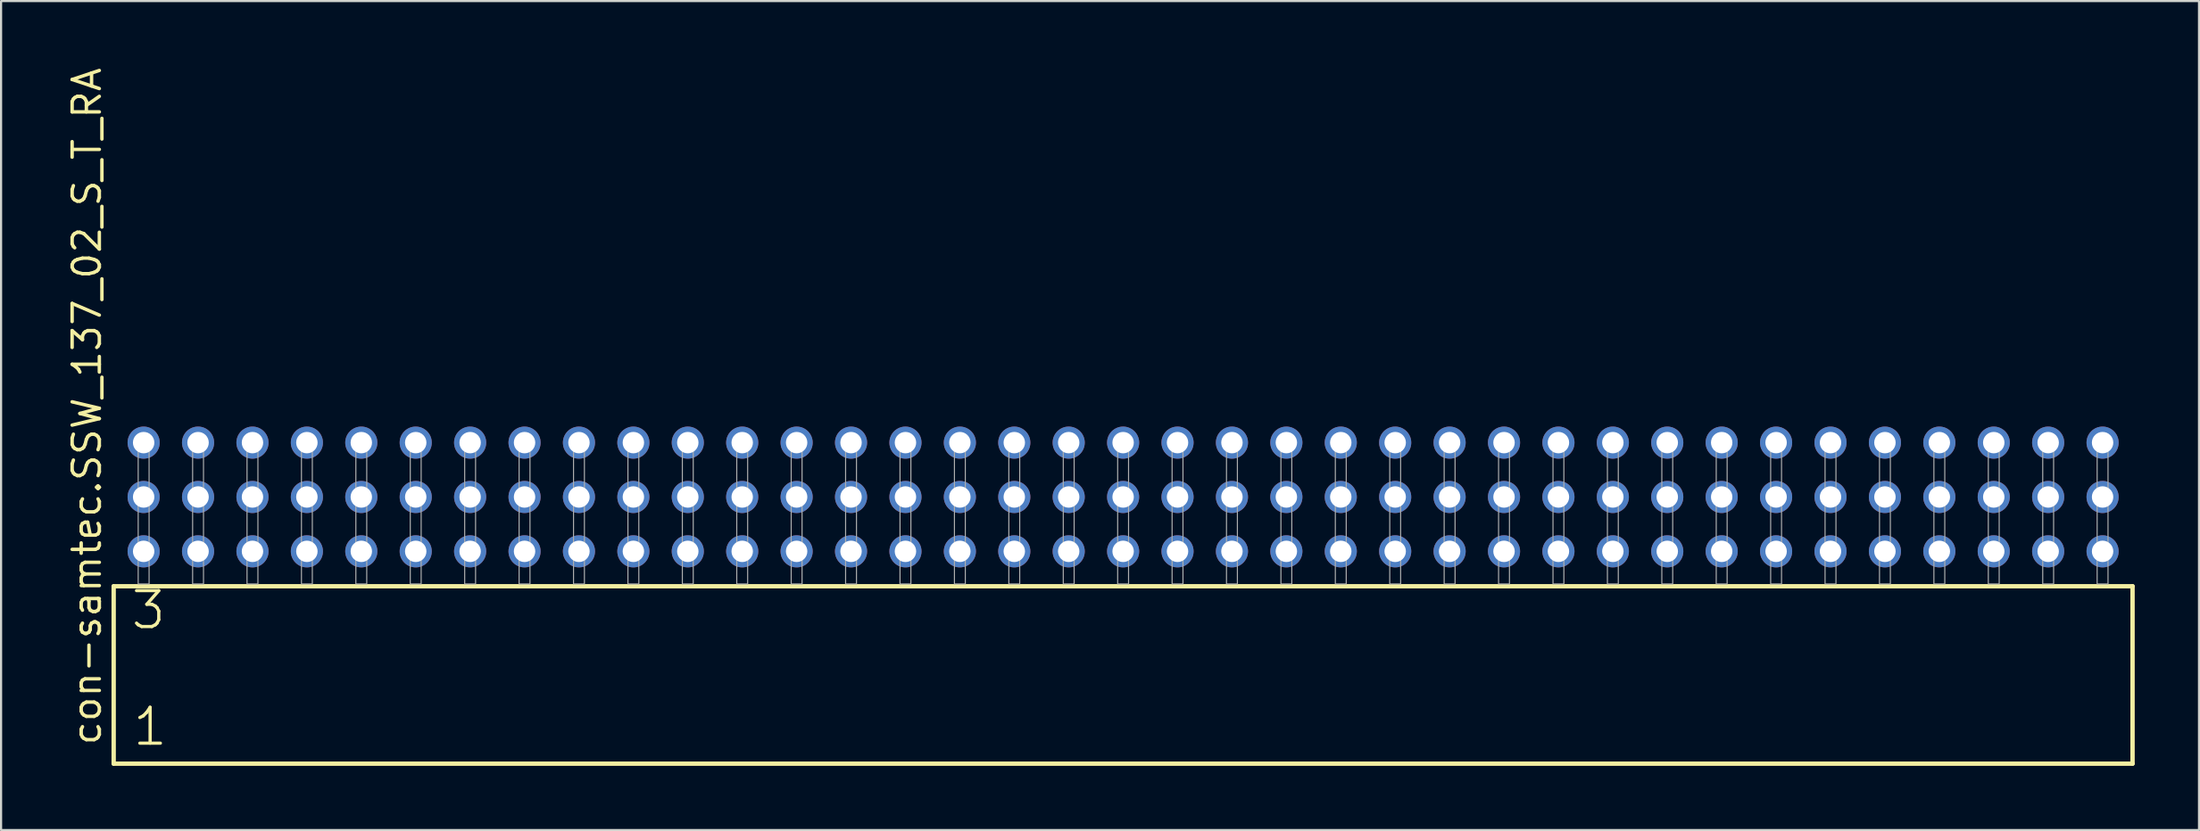
<source format=kicad_pcb>
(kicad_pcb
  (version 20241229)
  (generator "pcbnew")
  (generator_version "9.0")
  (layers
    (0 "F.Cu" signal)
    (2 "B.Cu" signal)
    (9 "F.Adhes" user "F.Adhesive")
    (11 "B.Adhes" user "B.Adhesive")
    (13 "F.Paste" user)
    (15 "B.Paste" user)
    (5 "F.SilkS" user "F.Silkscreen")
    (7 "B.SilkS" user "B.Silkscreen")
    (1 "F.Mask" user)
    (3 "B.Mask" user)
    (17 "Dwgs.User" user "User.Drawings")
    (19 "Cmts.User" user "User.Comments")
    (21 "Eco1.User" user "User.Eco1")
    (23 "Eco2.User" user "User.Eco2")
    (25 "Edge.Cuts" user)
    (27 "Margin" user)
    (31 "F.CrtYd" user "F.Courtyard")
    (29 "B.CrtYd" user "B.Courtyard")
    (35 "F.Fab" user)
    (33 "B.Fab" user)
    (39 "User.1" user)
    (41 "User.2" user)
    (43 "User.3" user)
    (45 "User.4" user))
  (footprint "con-samtec.SSW_137_02_S_T_RA"
    (layer "F.Cu")
    (at 49.375 24.235)
    (property "Reference" "con-samtec.SSW_137_02_S_T_RA" (at -47.625 7.62 90) (layer "F.SilkS") (effects (font (size 1.27 1.27) (thickness 0.16)) (justify left bottom)))
    (attr through_hole)
    (fp_line (start -47.119 0.106) (end -47.119 8.396) (stroke (width 0.203) (type default)) (layer "F.SilkS"))
    (fp_line (start -47.119 8.396) (end 47.119 8.396) (stroke (width 0.203) (type default)) (layer "F.SilkS"))
    (fp_line (start 47.119 0.106) (end -47.119 0.106) (stroke (width 0.203) (type default)) (layer "F.SilkS"))
    (fp_line (start 47.119 8.396) (end 47.119 0.106) (stroke (width 0.203) (type default)) (layer "F.SilkS"))
    (fp_rect (start -45.974 0) (end -45.466 -6.858) (stroke (width 0.05) (type default)) (fill no) (layer "F.Fab"))
    (fp_rect (start -43.434 0) (end -42.926 -6.858) (stroke (width 0.05) (type default)) (fill no) (layer "F.Fab"))
    (fp_rect (start -40.894 0) (end -40.386 -6.858) (stroke (width 0.05) (type default)) (fill no) (layer "F.Fab"))
    (fp_rect (start -38.354 0) (end -37.846 -6.858) (stroke (width 0.05) (type default)) (fill no) (layer "F.Fab"))
    (fp_rect (start -35.814 0) (end -35.306 -6.858) (stroke (width 0.05) (type default)) (fill no) (layer "F.Fab"))
    (fp_rect (start -33.274 0) (end -32.766 -6.858) (stroke (width 0.05) (type default)) (fill no) (layer "F.Fab"))
    (fp_rect (start -30.734 0) (end -30.226 -6.858) (stroke (width 0.05) (type default)) (fill no) (layer "F.Fab"))
    (fp_rect (start -28.194 0) (end -27.686 -6.858) (stroke (width 0.05) (type default)) (fill no) (layer "F.Fab"))
    (fp_rect (start -25.654 0) (end -25.146 -6.858) (stroke (width 0.05) (type default)) (fill no) (layer "F.Fab"))
    (fp_rect (start -23.114 0) (end -22.606 -6.858) (stroke (width 0.05) (type default)) (fill no) (layer "F.Fab"))
    (fp_rect (start -20.574 0) (end -20.066 -6.858) (stroke (width 0.05) (type default)) (fill no) (layer "F.Fab"))
    (fp_rect (start -18.034 0) (end -17.526 -6.858) (stroke (width 0.05) (type default)) (fill no) (layer "F.Fab"))
    (fp_rect (start -15.494 0) (end -14.986 -6.858) (stroke (width 0.05) (type default)) (fill no) (layer "F.Fab"))
    (fp_rect (start -12.954 0) (end -12.446 -6.858) (stroke (width 0.05) (type default)) (fill no) (layer "F.Fab"))
    (fp_rect (start -10.414 0) (end -9.906 -6.858) (stroke (width 0.05) (type default)) (fill no) (layer "F.Fab"))
    (fp_rect (start -7.874 0) (end -7.366 -6.858) (stroke (width 0.05) (type default)) (fill no) (layer "F.Fab"))
    (fp_rect (start -5.334 0) (end -4.826 -6.858) (stroke (width 0.05) (type default)) (fill no) (layer "F.Fab"))
    (fp_rect (start -2.794 0) (end -2.286 -6.858) (stroke (width 0.05) (type default)) (fill no) (layer "F.Fab"))
    (fp_rect (start -0.254 0) (end 0.254 -6.858) (stroke (width 0.05) (type default)) (fill no) (layer "F.Fab"))
    (fp_rect (start 2.286 0) (end 2.794 -6.858) (stroke (width 0.05) (type default)) (fill no) (layer "F.Fab"))
    (fp_rect (start 4.826 0) (end 5.334 -6.858) (stroke (width 0.05) (type default)) (fill no) (layer "F.Fab"))
    (fp_rect (start 7.366 0) (end 7.874 -6.858) (stroke (width 0.05) (type default)) (fill no) (layer "F.Fab"))
    (fp_rect (start 9.906 0) (end 10.414 -6.858) (stroke (width 0.05) (type default)) (fill no) (layer "F.Fab"))
    (fp_rect (start 12.446 0) (end 12.954 -6.858) (stroke (width 0.05) (type default)) (fill no) (layer "F.Fab"))
    (fp_rect (start 14.986 0) (end 15.494 -6.858) (stroke (width 0.05) (type default)) (fill no) (layer "F.Fab"))
    (fp_rect (start 17.526 0) (end 18.034 -6.858) (stroke (width 0.05) (type default)) (fill no) (layer "F.Fab"))
    (fp_rect (start 20.066 0) (end 20.574 -6.858) (stroke (width 0.05) (type default)) (fill no) (layer "F.Fab"))
    (fp_rect (start 22.606 0) (end 23.114 -6.858) (stroke (width 0.05) (type default)) (fill no) (layer "F.Fab"))
    (fp_rect (start 25.146 0) (end 25.654 -6.858) (stroke (width 0.05) (type default)) (fill no) (layer "F.Fab"))
    (fp_rect (start 27.686 0) (end 28.194 -6.858) (stroke (width 0.05) (type default)) (fill no) (layer "F.Fab"))
    (fp_rect (start 30.226 0) (end 30.734 -6.858) (stroke (width 0.05) (type default)) (fill no) (layer "F.Fab"))
    (fp_rect (start 32.766 0) (end 33.274 -6.858) (stroke (width 0.05) (type default)) (fill no) (layer "F.Fab"))
    (fp_rect (start 35.306 0) (end 35.814 -6.858) (stroke (width 0.05) (type default)) (fill no) (layer "F.Fab"))
    (fp_rect (start 37.846 0) (end 38.354 -6.858) (stroke (width 0.05) (type default)) (fill no) (layer "F.Fab"))
    (fp_rect (start 40.386 0) (end 40.894 -6.858) (stroke (width 0.05) (type default)) (fill no) (layer "F.Fab"))
    (fp_rect (start 42.926 0) (end 43.434 -6.858) (stroke (width 0.05) (type default)) (fill no) (layer "F.Fab"))
    (fp_rect (start 45.466 0) (end 45.974 -6.858) (stroke (width 0.05) (type default)) (fill no) (layer "F.Fab"))
    (fp_text user "1" (at -46.315 7.65 0) (layer "F.SilkS") (effects (font (size 1.676 1.676) (thickness 0.15)) (justify left bottom)))
    (fp_text user "3" (at -46.39 2.2 0) (layer "F.SilkS") (effects (font (size 1.676 1.676) (thickness 0.15)) (justify left bottom)))
    (pad "1" thru_hole circle (at -45.72 -1.524) (size 1.5 1.5) (drill 1) (layers "*.Cu" "*.Mask"))
    (pad "2" thru_hole circle (at -45.72 -4.064) (size 1.5 1.5) (drill 1) (layers "*.Cu" "*.Mask"))
    (pad "3" thru_hole circle (at -45.72 -6.604) (size 1.5 1.5) (drill 1) (layers "*.Cu" "*.Mask"))
    (pad "4" thru_hole circle (at -43.18 -1.524) (size 1.5 1.5) (drill 1) (layers "*.Cu" "*.Mask"))
    (pad "5" thru_hole circle (at -43.18 -4.064) (size 1.5 1.5) (drill 1) (layers "*.Cu" "*.Mask"))
    (pad "6" thru_hole circle (at -43.18 -6.604) (size 1.5 1.5) (drill 1) (layers "*.Cu" "*.Mask"))
    (pad "7" thru_hole circle (at -40.64 -1.524) (size 1.5 1.5) (drill 1) (layers "*.Cu" "*.Mask"))
    (pad "8" thru_hole circle (at -40.64 -4.064) (size 1.5 1.5) (drill 1) (layers "*.Cu" "*.Mask"))
    (pad "9" thru_hole circle (at -40.64 -6.604) (size 1.5 1.5) (drill 1) (layers "*.Cu" "*.Mask"))
    (pad "10" thru_hole circle (at -38.1 -1.524) (size 1.5 1.5) (drill 1) (layers "*.Cu" "*.Mask"))
    (pad "11" thru_hole circle (at -38.1 -4.064) (size 1.5 1.5) (drill 1) (layers "*.Cu" "*.Mask"))
    (pad "12" thru_hole circle (at -38.1 -6.604) (size 1.5 1.5) (drill 1) (layers "*.Cu" "*.Mask"))
    (pad "13" thru_hole circle (at -35.56 -1.524) (size 1.5 1.5) (drill 1) (layers "*.Cu" "*.Mask"))
    (pad "14" thru_hole circle (at -35.56 -4.064) (size 1.5 1.5) (drill 1) (layers "*.Cu" "*.Mask"))
    (pad "15" thru_hole circle (at -35.56 -6.604) (size 1.5 1.5) (drill 1) (layers "*.Cu" "*.Mask"))
    (pad "16" thru_hole circle (at -33.02 -1.524) (size 1.5 1.5) (drill 1) (layers "*.Cu" "*.Mask"))
    (pad "17" thru_hole circle (at -33.02 -4.064) (size 1.5 1.5) (drill 1) (layers "*.Cu" "*.Mask"))
    (pad "18" thru_hole circle (at -33.02 -6.604) (size 1.5 1.5) (drill 1) (layers "*.Cu" "*.Mask"))
    (pad "19" thru_hole circle (at -30.48 -1.524) (size 1.5 1.5) (drill 1) (layers "*.Cu" "*.Mask"))
    (pad "20" thru_hole circle (at -30.48 -4.064) (size 1.5 1.5) (drill 1) (layers "*.Cu" "*.Mask"))
    (pad "21" thru_hole circle (at -30.48 -6.604) (size 1.5 1.5) (drill 1) (layers "*.Cu" "*.Mask"))
    (pad "22" thru_hole circle (at -27.94 -1.524) (size 1.5 1.5) (drill 1) (layers "*.Cu" "*.Mask"))
    (pad "23" thru_hole circle (at -27.94 -4.064) (size 1.5 1.5) (drill 1) (layers "*.Cu" "*.Mask"))
    (pad "24" thru_hole circle (at -27.94 -6.604) (size 1.5 1.5) (drill 1) (layers "*.Cu" "*.Mask"))
    (pad "25" thru_hole circle (at -25.4 -1.524) (size 1.5 1.5) (drill 1) (layers "*.Cu" "*.Mask"))
    (pad "26" thru_hole circle (at -25.4 -4.064) (size 1.5 1.5) (drill 1) (layers "*.Cu" "*.Mask"))
    (pad "27" thru_hole circle (at -25.4 -6.604) (size 1.5 1.5) (drill 1) (layers "*.Cu" "*.Mask"))
    (pad "28" thru_hole circle (at -22.86 -1.524) (size 1.5 1.5) (drill 1) (layers "*.Cu" "*.Mask"))
    (pad "29" thru_hole circle (at -22.86 -4.064) (size 1.5 1.5) (drill 1) (layers "*.Cu" "*.Mask"))
    (pad "30" thru_hole circle (at -22.86 -6.604) (size 1.5 1.5) (drill 1) (layers "*.Cu" "*.Mask"))
    (pad "31" thru_hole circle (at -20.32 -1.524) (size 1.5 1.5) (drill 1) (layers "*.Cu" "*.Mask"))
    (pad "32" thru_hole circle (at -20.32 -4.064) (size 1.5 1.5) (drill 1) (layers "*.Cu" "*.Mask"))
    (pad "33" thru_hole circle (at -20.32 -6.604) (size 1.5 1.5) (drill 1) (layers "*.Cu" "*.Mask"))
    (pad "34" thru_hole circle (at -17.78 -1.524) (size 1.5 1.5) (drill 1) (layers "*.Cu" "*.Mask"))
    (pad "35" thru_hole circle (at -17.78 -4.064) (size 1.5 1.5) (drill 1) (layers "*.Cu" "*.Mask"))
    (pad "36" thru_hole circle (at -17.78 -6.604) (size 1.5 1.5) (drill 1) (layers "*.Cu" "*.Mask"))
    (pad "37" thru_hole circle (at -15.24 -1.524) (size 1.5 1.5) (drill 1) (layers "*.Cu" "*.Mask"))
    (pad "38" thru_hole circle (at -15.24 -4.064) (size 1.5 1.5) (drill 1) (layers "*.Cu" "*.Mask"))
    (pad "39" thru_hole circle (at -15.24 -6.604) (size 1.5 1.5) (drill 1) (layers "*.Cu" "*.Mask"))
    (pad "40" thru_hole circle (at -12.7 -1.524) (size 1.5 1.5) (drill 1) (layers "*.Cu" "*.Mask"))
    (pad "41" thru_hole circle (at -12.7 -4.064) (size 1.5 1.5) (drill 1) (layers "*.Cu" "*.Mask"))
    (pad "42" thru_hole circle (at -12.7 -6.604) (size 1.5 1.5) (drill 1) (layers "*.Cu" "*.Mask"))
    (pad "43" thru_hole circle (at -10.16 -1.524) (size 1.5 1.5) (drill 1) (layers "*.Cu" "*.Mask"))
    (pad "44" thru_hole circle (at -10.16 -4.064) (size 1.5 1.5) (drill 1) (layers "*.Cu" "*.Mask"))
    (pad "45" thru_hole circle (at -10.16 -6.604) (size 1.5 1.5) (drill 1) (layers "*.Cu" "*.Mask"))
    (pad "46" thru_hole circle (at -7.62 -1.524) (size 1.5 1.5) (drill 1) (layers "*.Cu" "*.Mask"))
    (pad "47" thru_hole circle (at -7.62 -4.064) (size 1.5 1.5) (drill 1) (layers "*.Cu" "*.Mask"))
    (pad "48" thru_hole circle (at -7.62 -6.604) (size 1.5 1.5) (drill 1) (layers "*.Cu" "*.Mask"))
    (pad "49" thru_hole circle (at -5.08 -1.524) (size 1.5 1.5) (drill 1) (layers "*.Cu" "*.Mask"))
    (pad "50" thru_hole circle (at -5.08 -4.064) (size 1.5 1.5) (drill 1) (layers "*.Cu" "*.Mask"))
    (pad "51" thru_hole circle (at -5.08 -6.604) (size 1.5 1.5) (drill 1) (layers "*.Cu" "*.Mask"))
    (pad "52" thru_hole circle (at -2.54 -1.524) (size 1.5 1.5) (drill 1) (layers "*.Cu" "*.Mask"))
    (pad "53" thru_hole circle (at -2.54 -4.064) (size 1.5 1.5) (drill 1) (layers "*.Cu" "*.Mask"))
    (pad "54" thru_hole circle (at -2.54 -6.604) (size 1.5 1.5) (drill 1) (layers "*.Cu" "*.Mask"))
    (pad "55" thru_hole circle (at 0 -1.524) (size 1.5 1.5) (drill 1) (layers "*.Cu" "*.Mask"))
    (pad "56" thru_hole circle (at 0 -4.064) (size 1.5 1.5) (drill 1) (layers "*.Cu" "*.Mask"))
    (pad "57" thru_hole circle (at 0 -6.604) (size 1.5 1.5) (drill 1) (layers "*.Cu" "*.Mask"))
    (pad "58" thru_hole circle (at 2.54 -1.524) (size 1.5 1.5) (drill 1) (layers "*.Cu" "*.Mask"))
    (pad "59" thru_hole circle (at 2.54 -4.064) (size 1.5 1.5) (drill 1) (layers "*.Cu" "*.Mask"))
    (pad "60" thru_hole circle (at 2.54 -6.604) (size 1.5 1.5) (drill 1) (layers "*.Cu" "*.Mask"))
    (pad "61" thru_hole circle (at 5.08 -1.524) (size 1.5 1.5) (drill 1) (layers "*.Cu" "*.Mask"))
    (pad "62" thru_hole circle (at 5.08 -4.064) (size 1.5 1.5) (drill 1) (layers "*.Cu" "*.Mask"))
    (pad "63" thru_hole circle (at 5.08 -6.604) (size 1.5 1.5) (drill 1) (layers "*.Cu" "*.Mask"))
    (pad "64" thru_hole circle (at 7.62 -1.524) (size 1.5 1.5) (drill 1) (layers "*.Cu" "*.Mask"))
    (pad "65" thru_hole circle (at 7.62 -4.064) (size 1.5 1.5) (drill 1) (layers "*.Cu" "*.Mask"))
    (pad "66" thru_hole circle (at 7.62 -6.604) (size 1.5 1.5) (drill 1) (layers "*.Cu" "*.Mask"))
    (pad "67" thru_hole circle (at 10.16 -1.524) (size 1.5 1.5) (drill 1) (layers "*.Cu" "*.Mask"))
    (pad "68" thru_hole circle (at 10.16 -4.064) (size 1.5 1.5) (drill 1) (layers "*.Cu" "*.Mask"))
    (pad "69" thru_hole circle (at 10.16 -6.604) (size 1.5 1.5) (drill 1) (layers "*.Cu" "*.Mask"))
    (pad "70" thru_hole circle (at 12.7 -1.524) (size 1.5 1.5) (drill 1) (layers "*.Cu" "*.Mask"))
    (pad "71" thru_hole circle (at 12.7 -4.064) (size 1.5 1.5) (drill 1) (layers "*.Cu" "*.Mask"))
    (pad "72" thru_hole circle (at 12.7 -6.604) (size 1.5 1.5) (drill 1) (layers "*.Cu" "*.Mask"))
    (pad "73" thru_hole circle (at 15.24 -1.524) (size 1.5 1.5) (drill 1) (layers "*.Cu" "*.Mask"))
    (pad "74" thru_hole circle (at 15.24 -4.064) (size 1.5 1.5) (drill 1) (layers "*.Cu" "*.Mask"))
    (pad "75" thru_hole circle (at 15.24 -6.604) (size 1.5 1.5) (drill 1) (layers "*.Cu" "*.Mask"))
    (pad "76" thru_hole circle (at 17.78 -1.524) (size 1.5 1.5) (drill 1) (layers "*.Cu" "*.Mask"))
    (pad "77" thru_hole circle (at 17.78 -4.064) (size 1.5 1.5) (drill 1) (layers "*.Cu" "*.Mask"))
    (pad "78" thru_hole circle (at 17.78 -6.604) (size 1.5 1.5) (drill 1) (layers "*.Cu" "*.Mask"))
    (pad "79" thru_hole circle (at 20.32 -1.524) (size 1.5 1.5) (drill 1) (layers "*.Cu" "*.Mask"))
    (pad "80" thru_hole circle (at 20.32 -4.064) (size 1.5 1.5) (drill 1) (layers "*.Cu" "*.Mask"))
    (pad "81" thru_hole circle (at 20.32 -6.604) (size 1.5 1.5) (drill 1) (layers "*.Cu" "*.Mask"))
    (pad "82" thru_hole circle (at 22.86 -1.524) (size 1.5 1.5) (drill 1) (layers "*.Cu" "*.Mask"))
    (pad "83" thru_hole circle (at 22.86 -4.064) (size 1.5 1.5) (drill 1) (layers "*.Cu" "*.Mask"))
    (pad "84" thru_hole circle (at 22.86 -6.604) (size 1.5 1.5) (drill 1) (layers "*.Cu" "*.Mask"))
    (pad "85" thru_hole circle (at 25.4 -1.524) (size 1.5 1.5) (drill 1) (layers "*.Cu" "*.Mask"))
    (pad "86" thru_hole circle (at 25.4 -4.064) (size 1.5 1.5) (drill 1) (layers "*.Cu" "*.Mask"))
    (pad "87" thru_hole circle (at 25.4 -6.604) (size 1.5 1.5) (drill 1) (layers "*.Cu" "*.Mask"))
    (pad "88" thru_hole circle (at 27.94 -1.524) (size 1.5 1.5) (drill 1) (layers "*.Cu" "*.Mask"))
    (pad "89" thru_hole circle (at 27.94 -4.064) (size 1.5 1.5) (drill 1) (layers "*.Cu" "*.Mask"))
    (pad "90" thru_hole circle (at 27.94 -6.604) (size 1.5 1.5) (drill 1) (layers "*.Cu" "*.Mask"))
    (pad "91" thru_hole circle (at 30.48 -1.524) (size 1.5 1.5) (drill 1) (layers "*.Cu" "*.Mask"))
    (pad "92" thru_hole circle (at 30.48 -4.064) (size 1.5 1.5) (drill 1) (layers "*.Cu" "*.Mask"))
    (pad "93" thru_hole circle (at 30.48 -6.604) (size 1.5 1.5) (drill 1) (layers "*.Cu" "*.Mask"))
    (pad "94" thru_hole circle (at 33.02 -1.524) (size 1.5 1.5) (drill 1) (layers "*.Cu" "*.Mask"))
    (pad "95" thru_hole circle (at 33.02 -4.064) (size 1.5 1.5) (drill 1) (layers "*.Cu" "*.Mask"))
    (pad "96" thru_hole circle (at 33.02 -6.604) (size 1.5 1.5) (drill 1) (layers "*.Cu" "*.Mask"))
    (pad "97" thru_hole circle (at 35.56 -1.524) (size 1.5 1.5) (drill 1) (layers "*.Cu" "*.Mask"))
    (pad "98" thru_hole circle (at 35.56 -4.064) (size 1.5 1.5) (drill 1) (layers "*.Cu" "*.Mask"))
    (pad "99" thru_hole circle (at 35.56 -6.604) (size 1.5 1.5) (drill 1) (layers "*.Cu" "*.Mask"))
    (pad "100" thru_hole circle (at 38.1 -1.524) (size 1.5 1.5) (drill 1) (layers "*.Cu" "*.Mask"))
    (pad "101" thru_hole circle (at 38.1 -4.064) (size 1.5 1.5) (drill 1) (layers "*.Cu" "*.Mask"))
    (pad "102" thru_hole circle (at 38.1 -6.604) (size 1.5 1.5) (drill 1) (layers "*.Cu" "*.Mask"))
    (pad "103" thru_hole circle (at 40.64 -1.524) (size 1.5 1.5) (drill 1) (layers "*.Cu" "*.Mask"))
    (pad "104" thru_hole circle (at 40.64 -4.064) (size 1.5 1.5) (drill 1) (layers "*.Cu" "*.Mask"))
    (pad "105" thru_hole circle (at 40.64 -6.604) (size 1.5 1.5) (drill 1) (layers "*.Cu" "*.Mask"))
    (pad "106" thru_hole circle (at 43.18 -1.524) (size 1.5 1.5) (drill 1) (layers "*.Cu" "*.Mask"))
    (pad "107" thru_hole circle (at 43.18 -4.064) (size 1.5 1.5) (drill 1) (layers "*.Cu" "*.Mask"))
    (pad "108" thru_hole circle (at 43.18 -6.604) (size 1.5 1.5) (drill 1) (layers "*.Cu" "*.Mask"))
    (pad "109" thru_hole circle (at 45.72 -1.524) (size 1.5 1.5) (drill 1) (layers "*.Cu" "*.Mask"))
    (pad "110" thru_hole circle (at 45.72 -4.064) (size 1.5 1.5) (drill 1) (layers "*.Cu" "*.Mask"))
    (pad "111" thru_hole circle (at 45.72 -6.604) (size 1.5 1.5) (drill 1) (layers "*.Cu" "*.Mask")))
  (gr_rect
    (start -3 -3)
    (end 99.596 35.733)
    (stroke (width 0.1) (type default))
    (fill no)
    (layer "Edge.Cuts")))
</source>
